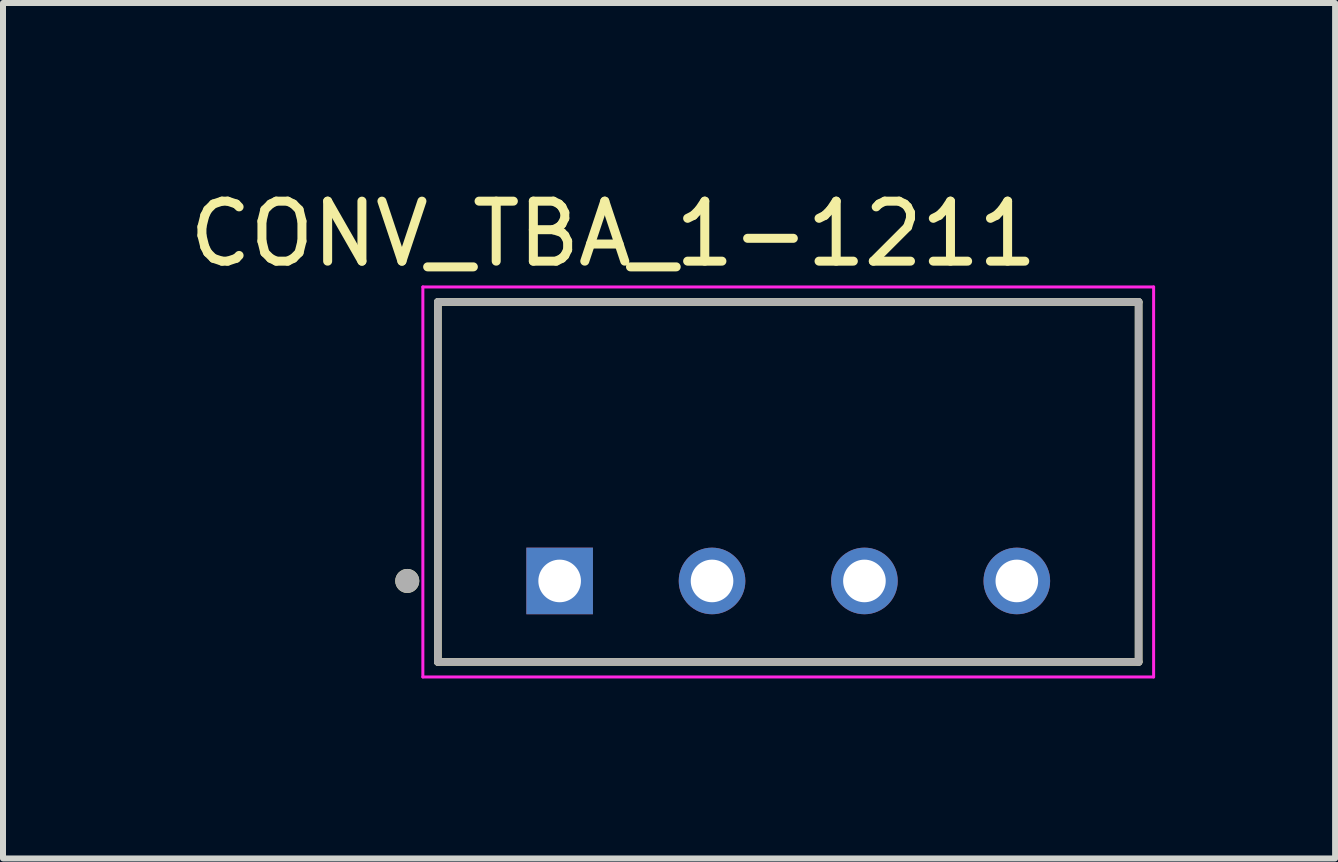
<source format=kicad_pcb>
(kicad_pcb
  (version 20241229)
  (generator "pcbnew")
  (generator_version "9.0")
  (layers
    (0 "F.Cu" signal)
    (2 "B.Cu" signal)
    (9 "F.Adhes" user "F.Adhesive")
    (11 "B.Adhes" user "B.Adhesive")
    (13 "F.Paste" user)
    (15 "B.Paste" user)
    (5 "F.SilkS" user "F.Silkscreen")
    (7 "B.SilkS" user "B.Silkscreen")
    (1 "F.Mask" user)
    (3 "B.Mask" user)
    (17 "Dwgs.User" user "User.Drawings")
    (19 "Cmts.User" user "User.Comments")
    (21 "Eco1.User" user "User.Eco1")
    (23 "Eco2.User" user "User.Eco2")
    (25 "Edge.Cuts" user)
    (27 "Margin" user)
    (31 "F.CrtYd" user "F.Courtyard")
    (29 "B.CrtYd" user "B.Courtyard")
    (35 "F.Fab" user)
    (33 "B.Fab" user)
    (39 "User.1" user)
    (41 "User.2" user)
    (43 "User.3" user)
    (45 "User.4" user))
  (footprint "CONV_TBA_1-1211"
    (layer "F.Cu")
    (at 10.088 4.983)
    (property "Reference" "CONV_TBA_1-1211" (at -2.915 -4.135 0) (layer "F.SilkS") (effects (font (size 1 1) (thickness 0.15))))
    (attr through_hole)
    (fp_line (start -5.84 -3) (end 5.84 -3) (stroke (width 0.127) (type solid)) (layer "F.SilkS"))
    (fp_line (start -5.84 3) (end -5.84 -3) (stroke (width 0.127) (type solid)) (layer "F.SilkS"))
    (fp_line (start 5.84 -3) (end 5.84 3) (stroke (width 0.127) (type solid)) (layer "F.SilkS"))
    (fp_line (start 5.84 3) (end -5.84 3) (stroke (width 0.127) (type solid)) (layer "F.SilkS"))
    (fp_circle (center -6.35 1.65) (end -6.25 1.65) (stroke (width 0.2) (type solid)) (fill no) (layer "F.SilkS"))
    (fp_line (start -6.09 -3.25) (end -6.09 3.25) (stroke (width 0.05) (type solid)) (layer "F.CrtYd"))
    (fp_line (start -6.09 3.25) (end 6.09 3.25) (stroke (width 0.05) (type solid)) (layer "F.CrtYd"))
    (fp_line (start 6.09 -3.25) (end -6.09 -3.25) (stroke (width 0.05) (type solid)) (layer "F.CrtYd"))
    (fp_line (start 6.09 3.25) (end 6.09 -3.25) (stroke (width 0.05) (type solid)) (layer "F.CrtYd"))
    (fp_line (start -5.84 -3) (end 5.84 -3) (stroke (width 0.127) (type solid)) (layer "F.Fab"))
    (fp_line (start -5.84 3) (end -5.84 -3) (stroke (width 0.127) (type solid)) (layer "F.Fab"))
    (fp_line (start 5.84 -3) (end 5.84 3) (stroke (width 0.127) (type solid)) (layer "F.Fab"))
    (fp_line (start 5.84 3) (end -5.84 3) (stroke (width 0.127) (type solid)) (layer "F.Fab"))
    (fp_circle (center -6.35 1.65) (end -6.25 1.65) (stroke (width 0.2) (type solid)) (fill no) (layer "F.Fab"))
    (pad "1" thru_hole rect (at -3.81 1.65) (size 1.11 1.11) (drill 0.71) (layers "*.Cu" "*.Mask"))
    (pad "2" thru_hole circle (at -1.27 1.65) (size 1.11 1.11) (drill 0.71) (layers "*.Cu" "*.Mask"))
    (pad "3" thru_hole circle (at 1.27 1.65) (size 1.11 1.11) (drill 0.71) (layers "*.Cu" "*.Mask"))
    (pad "4" thru_hole circle (at 3.81 1.65) (size 1.11 1.11) (drill 0.71) (layers "*.Cu" "*.Mask")))
  (gr_rect
    (start -3 -3)
    (end 19.203 11.258)
    (stroke (width 0.1) (type default))
    (fill no)
    (layer "Edge.Cuts")))
</source>
